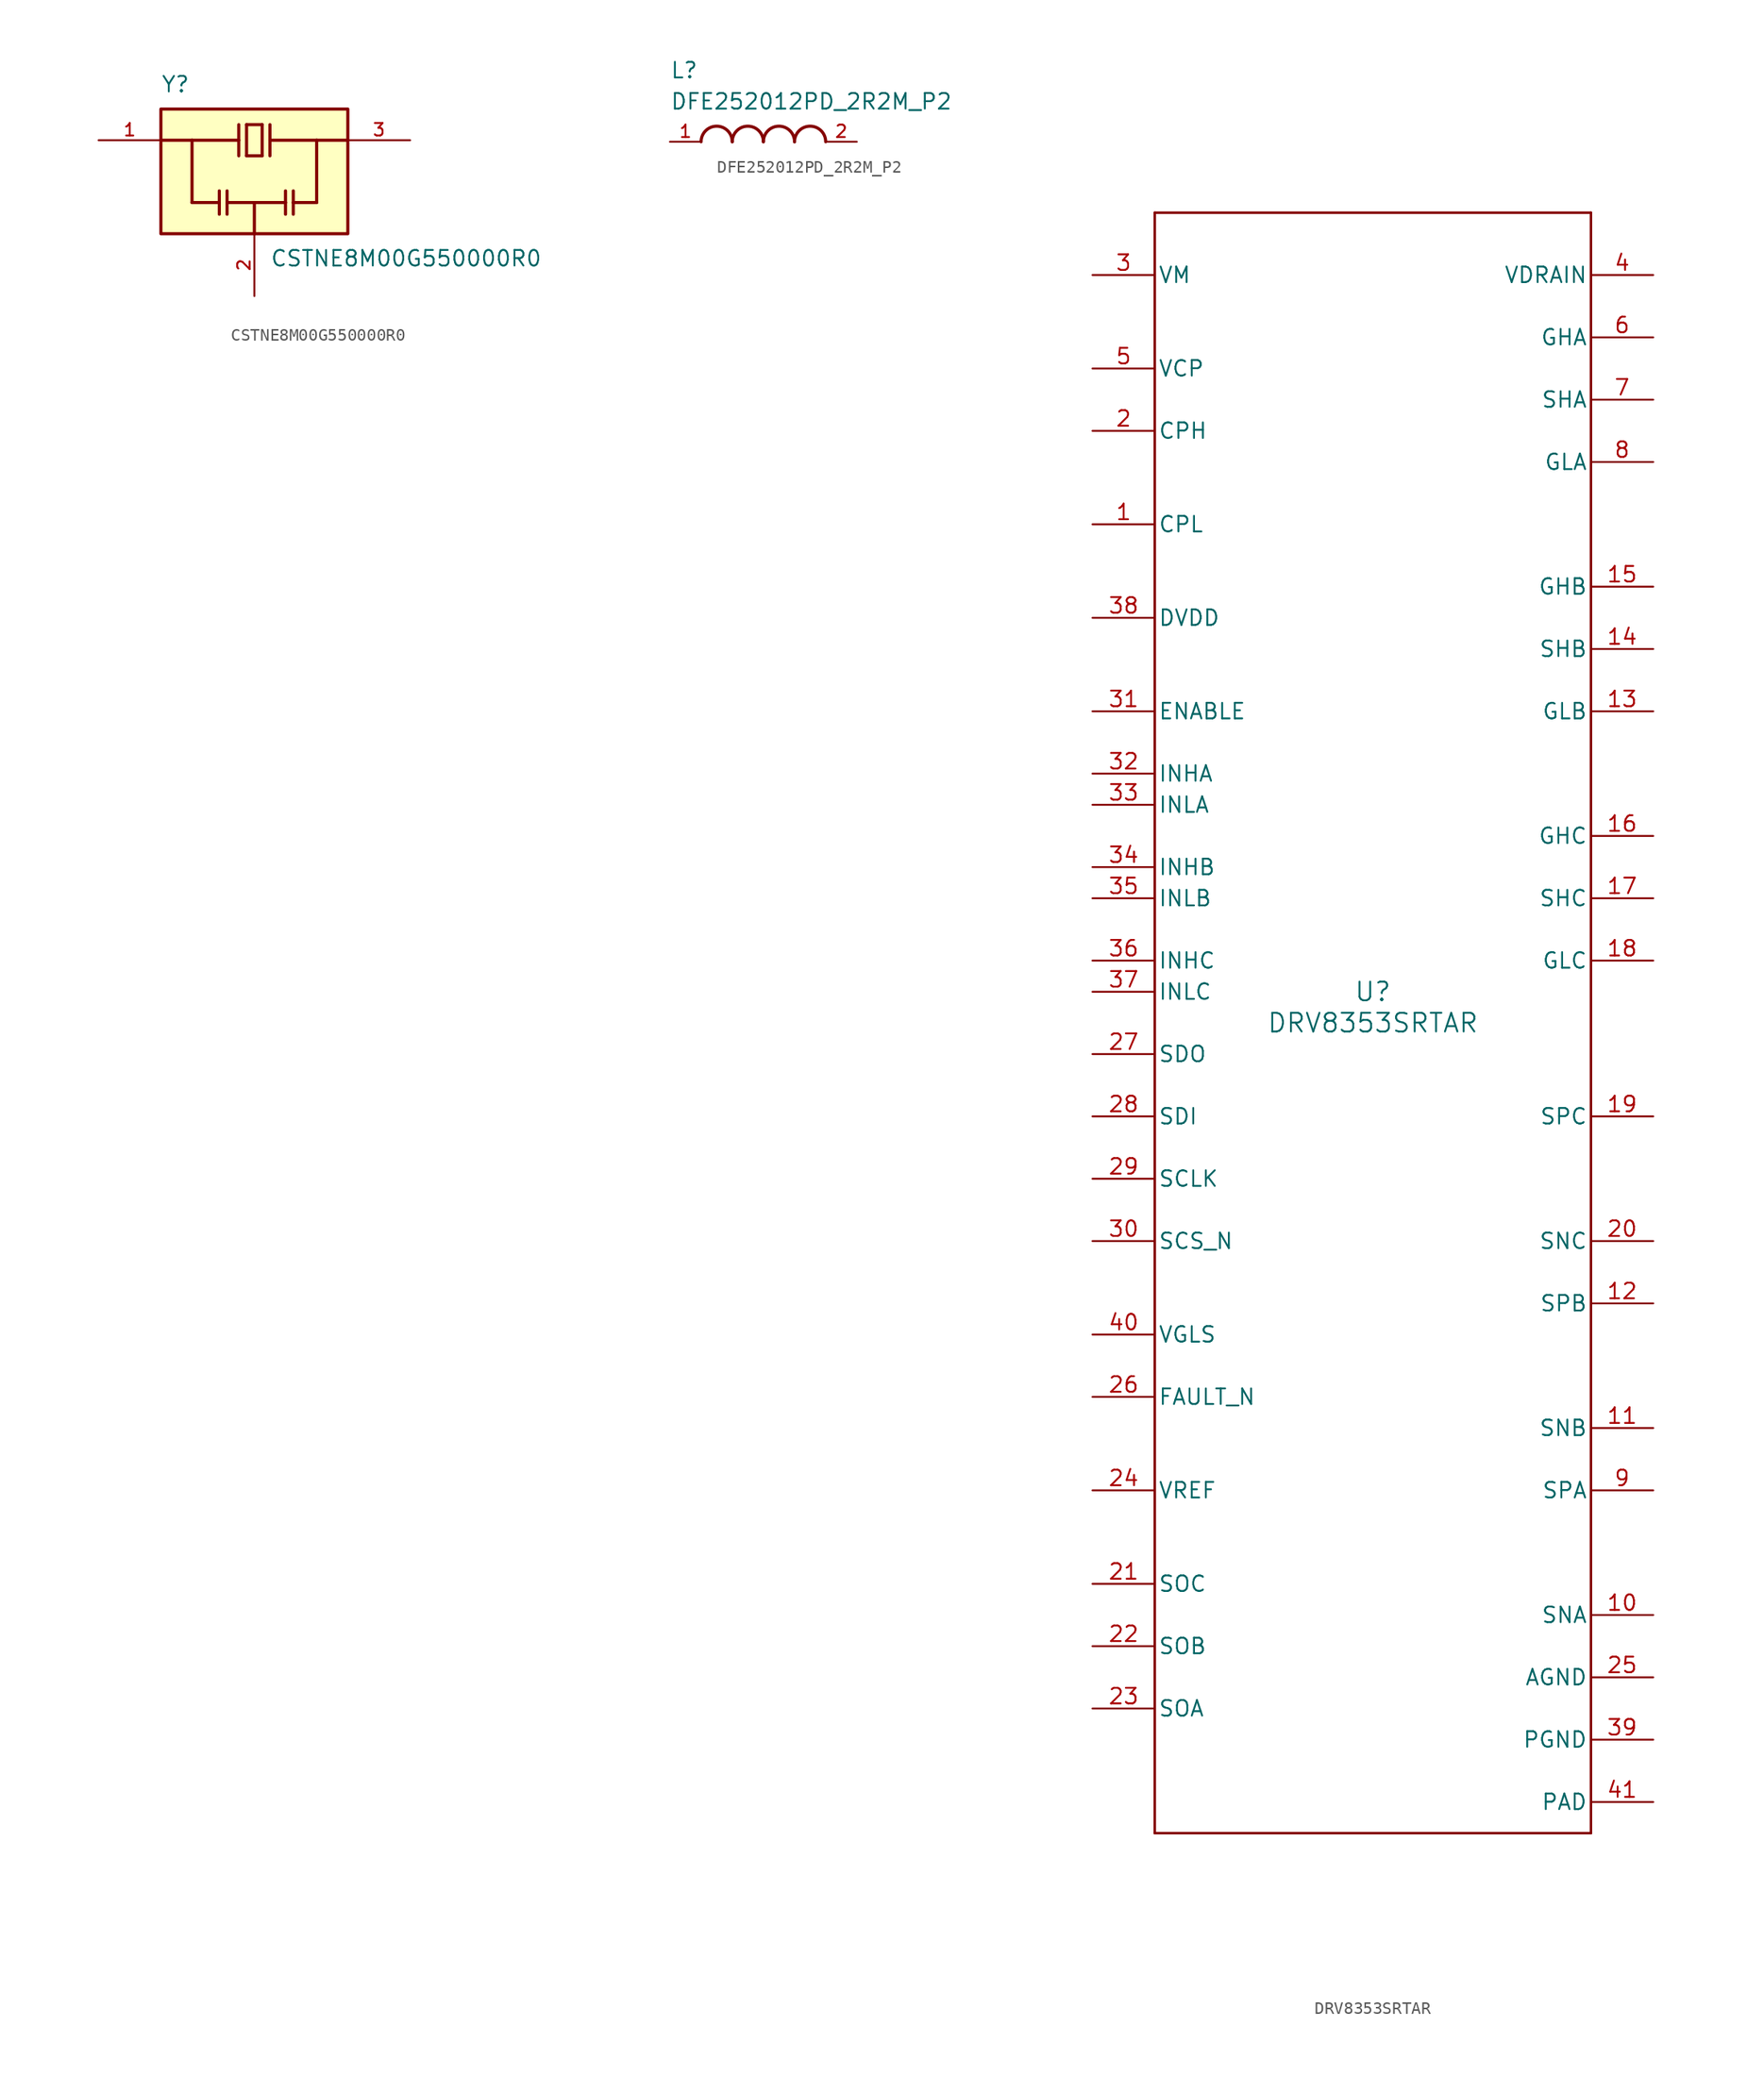
<source format=kicad_sym>
(kicad_symbol_lib
  (version 20241209)
  (generator "kicad_symbol_editor")
  (generator_version "9.0")
  (symbol "CSTNE8M00G550000R0"
    (pin_names
      (offset 1.016))
    (property "Reference" "Y"
      (at -7.62 6.35 0)
      (effects (font (size 1.27 1.27)) (justify left bottom)))
    (property "Value" "CSTNE8M00G550000R0"
      (at 1.27 -6.35 0)
      (effects (font (size 1.27 1.27)) (justify left top)))
    (symbol "CSTNE8M00G550000R0_0_0"
      (polyline (pts (xy -7.62 2.54) (xy -5.08 2.54)) (stroke (width 0.254) (type default)) (fill (type none)))
      (rectangle (start -7.62 -5.08) (end 7.62 5.08) (stroke (width 0.254) (type default)) (fill (type background)))
      (polyline (pts (xy -5.08 2.54) (xy -1.27 2.54)) (stroke (width 0.254) (type default)) (fill (type none)))
      (polyline (pts (xy -5.08 -2.54) (xy -5.08 2.54)) (stroke (width 0.254) (type default)) (fill (type none)))
      (polyline (pts (xy -2.857 -1.587) (xy -2.857 -2.54)) (stroke (width 0.254) (type default)) (fill (type none)))
      (polyline (pts (xy -2.857 -2.54) (xy -5.08 -2.54)) (stroke (width 0.254) (type default)) (fill (type none)))
      (polyline (pts (xy -2.857 -2.54) (xy -2.857 -3.493)) (stroke (width 0.254) (type default)) (fill (type none)))
      (polyline (pts (xy -2.223 -1.587) (xy -2.223 -2.54)) (stroke (width 0.254) (type default)) (fill (type none)))
      (polyline (pts (xy -2.223 -2.54) (xy -2.223 -3.493)) (stroke (width 0.254) (type default)) (fill (type none)))
      (polyline (pts (xy -1.27 3.81) (xy -1.27 2.54)) (stroke (width 0.254) (type default)) (fill (type none)))
      (polyline (pts (xy -1.27 2.54) (xy -1.27 1.27)) (stroke (width 0.254) (type default)) (fill (type none)))
      (polyline (pts (xy -0.635 3.81) (xy 0.635 3.81)) (stroke (width 0.254) (type default)) (fill (type none)))
      (polyline (pts (xy -0.635 1.27) (xy -0.635 3.81)) (stroke (width 0.254) (type default)) (fill (type none)))
      (polyline (pts (xy 0 -2.54) (xy -2.223 -2.54)) (stroke (width 0.254) (type default)) (fill (type none)))
      (polyline (pts (xy 0 -2.54) (xy 2.54 -2.54)) (stroke (width 0.254) (type default)) (fill (type none)))
      (polyline (pts (xy 0 -5.08) (xy 0 -2.54)) (stroke (width 0.254) (type default)) (fill (type none)))
      (polyline (pts (xy 0.635 3.81) (xy 0.635 1.27)) (stroke (width 0.254) (type default)) (fill (type none)))
      (polyline (pts (xy 0.635 1.27) (xy -0.635 1.27)) (stroke (width 0.254) (type default)) (fill (type none)))
      (polyline (pts (xy 1.27 3.81) (xy 1.27 2.54)) (stroke (width 0.254) (type default)) (fill (type none)))
      (polyline (pts (xy 1.27 2.54) (xy 1.27 1.27)) (stroke (width 0.254) (type default)) (fill (type none)))
      (polyline (pts (xy 1.27 2.54) (xy 5.08 2.54)) (stroke (width 0.254) (type default)) (fill (type none)))
      (polyline (pts (xy 2.54 -1.587) (xy 2.54 -2.54)) (stroke (width 0.254) (type default)) (fill (type none)))
      (polyline (pts (xy 2.54 -2.54) (xy 2.54 -3.493)) (stroke (width 0.254) (type default)) (fill (type none)))
      (polyline (pts (xy 3.175 -1.587) (xy 3.175 -2.54)) (stroke (width 0.254) (type default)) (fill (type none)))
      (polyline (pts (xy 3.175 -2.54) (xy 3.175 -3.493)) (stroke (width 0.254) (type default)) (fill (type none)))
      (polyline (pts (xy 3.175 -2.54) (xy 5.08 -2.54)) (stroke (width 0.254) (type default)) (fill (type none)))
      (polyline (pts (xy 5.08 2.54) (xy 7.62 2.54)) (stroke (width 0.254) (type default)) (fill (type none)))
      (polyline (pts (xy 5.08 -2.54) (xy 5.08 2.54)) (stroke (width 0.254) (type default)) (fill (type none)))
      (pin unspecified line (at -12.7 2.54 0) (length 5.08) (name "~" (effects (font (size 1.016 1.016)))) (number "1" (effects (font (size 1.016 1.016)))))
      (pin power_in line (at 0 -10.16 90) (length 5.08) (name "~" (effects (font (size 1.016 1.016)))) (number "2" (effects (font (size 1.016 1.016)))))
      (pin unspecified line (at 12.7 2.54 180) (length 5.08) (name "~" (effects (font (size 1.016 1.016)))) (number "3" (effects (font (size 1.016 1.016)))))))
  (symbol "DFE252012PD_2R2M_P2"
    (pin_names
      (offset 1.016))
    (property "Reference" "L"
      (at -7.62 5.08 0)
      (effects (font (size 1.27 1.27)) (justify left bottom)))
    (property "Value" "DFE252012PD_2R2M_P2"
      (at -7.62 2.54 0)
      (effects (font (size 1.27 1.27)) (justify left bottom)))
    (symbol "DFE252012PD_2R2M_P2_0_0"
      (arc (start -5.08 0) (mid -3.81 1.2645) (end -2.54 0) (stroke (width 0.254) (type default)) (fill (type none)))
      (arc (start -2.54 0) (mid -1.27 1.2645) (end 0 0) (stroke (width 0.254) (type default)) (fill (type none)))
      (arc (start 0 0) (mid 1.27 1.2645) (end 2.54 0) (stroke (width 0.254) (type default)) (fill (type none)))
      (arc (start 2.54 0) (mid 3.81 1.2645) (end 5.08 0) (stroke (width 0.254) (type default)) (fill (type none)))
      (pin passive line (at -7.62 0 0) (length 2.54) (name "~" (effects (font (size 1.016 1.016)))) (number "1" (effects (font (size 1.016 1.016)))))
      (pin passive line (at 7.62 0 180) (length 2.54) (name "~" (effects (font (size 1.016 1.016)))) (number "2" (effects (font (size 1.016 1.016)))))))
  (symbol "DRV8353SRTAR"
    (pin_names
      (offset 0.254))
    (property "Reference" "U"
      (at 0 2.54 0)
      (effects (font (size 1.524 1.524))))
    (property "Value" "DRV8353SRTAR"
      (at 0 0 0)
      (effects (font (size 1.524 1.524))))
    (symbol "DRV8353SRTAR_0_1"
      (polyline (pts (xy -17.78 66.04) (xy -17.78 -66.04)) (stroke (width 0.203) (type default)) (fill (type none)))
      (polyline (pts (xy -17.78 -66.04) (xy 17.78 -66.04)) (stroke (width 0.203) (type default)) (fill (type none)))
      (polyline (pts (xy 17.78 66.04) (xy -17.78 66.04)) (stroke (width 0.203) (type default)) (fill (type none)))
      (polyline (pts (xy 17.78 -66.04) (xy 17.78 66.04)) (stroke (width 0.203) (type default)) (fill (type none)))
      (pin unspecified line (at -22.86 60.96 0) (length 5.08) (name "VM" (effects (font (size 1.27 1.27)))) (number "3" (effects (font (size 1.27 1.27)))))
      (pin unspecified line (at -22.86 53.34 0) (length 5.08) (name "VCP" (effects (font (size 1.27 1.27)))) (number "5" (effects (font (size 1.27 1.27)))))
      (pin unspecified line (at -22.86 48.26 0) (length 5.08) (name "CPH" (effects (font (size 1.27 1.27)))) (number "2" (effects (font (size 1.27 1.27)))))
      (pin unspecified line (at -22.86 40.64 0) (length 5.08) (name "CPL" (effects (font (size 1.27 1.27)))) (number "1" (effects (font (size 1.27 1.27)))))
      (pin unspecified line (at -22.86 33.02 0) (length 5.08) (name "DVDD" (effects (font (size 1.27 1.27)))) (number "38" (effects (font (size 1.27 1.27)))))
      (pin unspecified line (at -22.86 25.4 0) (length 5.08) (name "ENABLE" (effects (font (size 1.27 1.27)))) (number "31" (effects (font (size 1.27 1.27)))))
      (pin unspecified line (at -22.86 20.32 0) (length 5.08) (name "INHA" (effects (font (size 1.27 1.27)))) (number "32" (effects (font (size 1.27 1.27)))))
      (pin unspecified line (at -22.86 17.78 0) (length 5.08) (name "INLA" (effects (font (size 1.27 1.27)))) (number "33" (effects (font (size 1.27 1.27)))))
      (pin unspecified line (at -22.86 12.7 0) (length 5.08) (name "INHB" (effects (font (size 1.27 1.27)))) (number "34" (effects (font (size 1.27 1.27)))))
      (pin unspecified line (at -22.86 10.16 0) (length 5.08) (name "INLB" (effects (font (size 1.27 1.27)))) (number "35" (effects (font (size 1.27 1.27)))))
      (pin unspecified line (at -22.86 5.08 0) (length 5.08) (name "INHC" (effects (font (size 1.27 1.27)))) (number "36" (effects (font (size 1.27 1.27)))))
      (pin unspecified line (at -22.86 2.54 0) (length 5.08) (name "INLC" (effects (font (size 1.27 1.27)))) (number "37" (effects (font (size 1.27 1.27)))))
      (pin unspecified line (at -22.86 -2.54 0) (length 5.08) (name "SDO" (effects (font (size 1.27 1.27)))) (number "27" (effects (font (size 1.27 1.27)))))
      (pin unspecified line (at -22.86 -7.62 0) (length 5.08) (name "SDI" (effects (font (size 1.27 1.27)))) (number "28" (effects (font (size 1.27 1.27)))))
      (pin unspecified line (at -22.86 -12.7 0) (length 5.08) (name "SCLK" (effects (font (size 1.27 1.27)))) (number "29" (effects (font (size 1.27 1.27)))))
      (pin unspecified line (at -22.86 -17.78 0) (length 5.08) (name "SCS_N" (effects (font (size 1.27 1.27)))) (number "30" (effects (font (size 1.27 1.27)))))
      (pin unspecified line (at -22.86 -25.4 0) (length 5.08) (name "VGLS" (effects (font (size 1.27 1.27)))) (number "40" (effects (font (size 1.27 1.27)))))
      (pin unspecified line (at -22.86 -30.48 0) (length 5.08) (name "FAULT_N" (effects (font (size 1.27 1.27)))) (number "26" (effects (font (size 1.27 1.27)))))
      (pin unspecified line (at -22.86 -38.1 0) (length 5.08) (name "VREF" (effects (font (size 1.27 1.27)))) (number "24" (effects (font (size 1.27 1.27)))))
      (pin unspecified line (at -22.86 -45.72 0) (length 5.08) (name "SOC" (effects (font (size 1.27 1.27)))) (number "21" (effects (font (size 1.27 1.27)))))
      (pin unspecified line (at -22.86 -50.8 0) (length 5.08) (name "SOB" (effects (font (size 1.27 1.27)))) (number "22" (effects (font (size 1.27 1.27)))))
      (pin unspecified line (at -22.86 -55.88 0) (length 5.08) (name "SOA" (effects (font (size 1.27 1.27)))) (number "23" (effects (font (size 1.27 1.27)))))
      (pin unspecified line (at 22.86 60.96 180) (length 5.08) (name "VDRAIN" (effects (font (size 1.27 1.27)))) (number "4" (effects (font (size 1.27 1.27)))))
      (pin unspecified line (at 22.86 55.88 180) (length 5.08) (name "GHA" (effects (font (size 1.27 1.27)))) (number "6" (effects (font (size 1.27 1.27)))))
      (pin unspecified line (at 22.86 50.8 180) (length 5.08) (name "SHA" (effects (font (size 1.27 1.27)))) (number "7" (effects (font (size 1.27 1.27)))))
      (pin unspecified line (at 22.86 45.72 180) (length 5.08) (name "GLA" (effects (font (size 1.27 1.27)))) (number "8" (effects (font (size 1.27 1.27)))))
      (pin unspecified line (at 22.86 35.56 180) (length 5.08) (name "GHB" (effects (font (size 1.27 1.27)))) (number "15" (effects (font (size 1.27 1.27)))))
      (pin unspecified line (at 22.86 30.48 180) (length 5.08) (name "SHB" (effects (font (size 1.27 1.27)))) (number "14" (effects (font (size 1.27 1.27)))))
      (pin unspecified line (at 22.86 25.4 180) (length 5.08) (name "GLB" (effects (font (size 1.27 1.27)))) (number "13" (effects (font (size 1.27 1.27)))))
      (pin unspecified line (at 22.86 15.24 180) (length 5.08) (name "GHC" (effects (font (size 1.27 1.27)))) (number "16" (effects (font (size 1.27 1.27)))))
      (pin unspecified line (at 22.86 10.16 180) (length 5.08) (name "SHC" (effects (font (size 1.27 1.27)))) (number "17" (effects (font (size 1.27 1.27)))))
      (pin unspecified line (at 22.86 5.08 180) (length 5.08) (name "GLC" (effects (font (size 1.27 1.27)))) (number "18" (effects (font (size 1.27 1.27)))))
      (pin unspecified line (at 22.86 -7.62 180) (length 5.08) (name "SPC" (effects (font (size 1.27 1.27)))) (number "19" (effects (font (size 1.27 1.27)))))
      (pin unspecified line (at 22.86 -17.78 180) (length 5.08) (name "SNC" (effects (font (size 1.27 1.27)))) (number "20" (effects (font (size 1.27 1.27)))))
      (pin unspecified line (at 22.86 -22.86 180) (length 5.08) (name "SPB" (effects (font (size 1.27 1.27)))) (number "12" (effects (font (size 1.27 1.27)))))
      (pin unspecified line (at 22.86 -33.02 180) (length 5.08) (name "SNB" (effects (font (size 1.27 1.27)))) (number "11" (effects (font (size 1.27 1.27)))))
      (pin unspecified line (at 22.86 -38.1 180) (length 5.08) (name "SPA" (effects (font (size 1.27 1.27)))) (number "9" (effects (font (size 1.27 1.27)))))
      (pin unspecified line (at 22.86 -48.26 180) (length 5.08) (name "SNA" (effects (font (size 1.27 1.27)))) (number "10" (effects (font (size 1.27 1.27)))))
      (pin unspecified line (at 22.86 -53.34 180) (length 5.08) (name "AGND" (effects (font (size 1.27 1.27)))) (number "25" (effects (font (size 1.27 1.27)))))
      (pin unspecified line (at 22.86 -58.42 180) (length 5.08) (name "PGND" (effects (font (size 1.27 1.27)))) (number "39" (effects (font (size 1.27 1.27)))))
      (pin unspecified line (at 22.86 -63.5 180) (length 5.08) (name "PAD" (effects (font (size 1.27 1.27)))) (number "41" (effects (font (size 1.27 1.27))))))))
</source>
